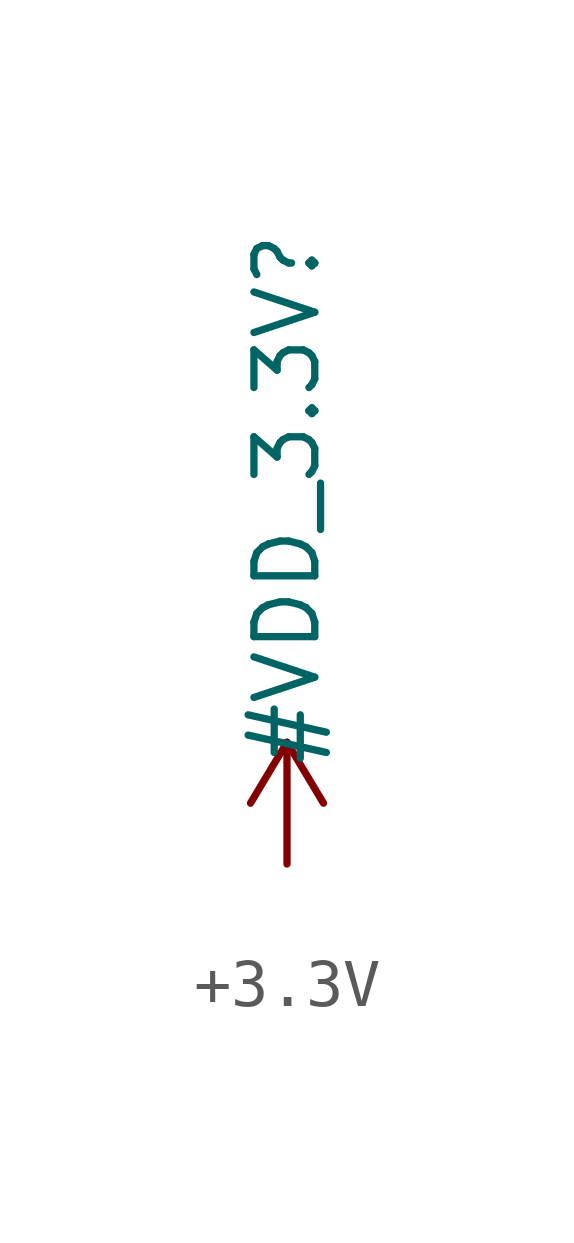
<source format=kicad_sym>
(kicad_symbol_lib
  (version 20220914)
  (generator kicad_symbol_editor)
  (symbol "+3.3V"
    (power)
    (pin_names
      (offset 0))
    (property "Reference" "#VDD_3.3V"
      (at 0 7.62 90)
      (effects (font (size 1.27 1.27))))
    (symbol "+3.3V_0_1"
      (polyline (pts (xy -0.762 1.27) (xy 0 2.54)) (stroke (width 0) (type default)) (fill (type none)))
      (polyline (pts (xy 0 0) (xy 0 2.54)) (stroke (width 0) (type default)) (fill (type none)))
      (polyline (pts (xy 0 2.54) (xy 0.762 1.27)) (stroke (width 0) (type default)) (fill (type none))))
    (symbol "+3.3V_1_1"
      (pin power_in line (at 0 0 90) (length 0) hide (name "+3.3V" (effects (font (size 1.27 1.27)))) (number "1" (effects (font (size 1.27 1.27))))))))
</source>
